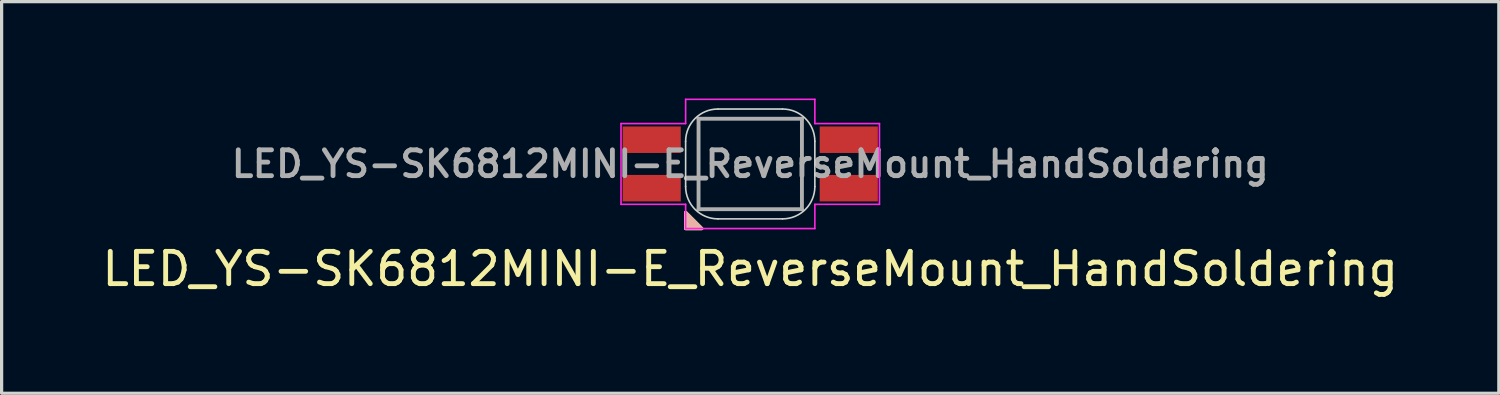
<source format=kicad_pcb>
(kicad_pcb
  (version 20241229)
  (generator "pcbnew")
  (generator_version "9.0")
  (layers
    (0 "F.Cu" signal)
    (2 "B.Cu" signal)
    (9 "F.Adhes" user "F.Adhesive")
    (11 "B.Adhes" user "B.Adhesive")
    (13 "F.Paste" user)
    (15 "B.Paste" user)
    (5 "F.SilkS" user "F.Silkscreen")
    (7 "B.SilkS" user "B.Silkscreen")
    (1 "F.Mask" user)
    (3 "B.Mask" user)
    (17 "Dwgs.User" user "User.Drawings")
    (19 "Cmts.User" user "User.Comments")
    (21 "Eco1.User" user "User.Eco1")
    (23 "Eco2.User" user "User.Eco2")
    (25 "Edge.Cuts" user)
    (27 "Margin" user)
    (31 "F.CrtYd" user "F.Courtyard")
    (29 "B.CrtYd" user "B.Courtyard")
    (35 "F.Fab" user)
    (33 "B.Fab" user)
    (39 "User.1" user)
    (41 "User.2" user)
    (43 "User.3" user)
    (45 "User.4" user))
  (footprint "LED_YS-SK6812MINI-E_ReverseMount_HandSoldering"
    (layer "F.Cu")
    (at 20.173 2.025)
    (property "Reference" "LED_YS-SK6812MINI-E_ReverseMount_HandSoldering" (at 0 3.25 0) (layer "F.SilkS") (effects (font (size 1 1) (thickness 0.15))))
    (attr through_hole)
    (fp_poly (pts (xy -1.5 2) (xy -2 2) (xy -2 1.5)) (stroke (width 0.1) (type solid)) (fill yes) (layer "F.SilkS"))
    (fp_poly (pts (xy -1.5 2) (xy -2 2) (xy -2 1.5)) (stroke (width 0.1) (type solid)) (fill yes) (layer "B.SilkS"))
    (fp_line (start -2 0.7) (end -2 -0.7) (stroke (width 0.05) (type solid)) (layer "Edge.Cuts"))
    (fp_line (start -1 -1.7) (end 1 -1.7) (stroke (width 0.05) (type solid)) (layer "Edge.Cuts"))
    (fp_line (start -1 1.7) (end 1 1.7) (stroke (width 0.05) (type solid)) (layer "Edge.Cuts"))
    (fp_line (start 2 0.7) (end 2 -0.7) (stroke (width 0.05) (type solid)) (layer "Edge.Cuts"))
    (fp_arc (start -2 -0.7) (mid -1.707107 -1.407107) (end -1 -1.7) (stroke (width 0.05) (type solid)) (layer "Edge.Cuts"))
    (fp_arc (start -1 1.7) (mid -1.707107 1.407107) (end -2 0.7) (stroke (width 0.05) (type solid)) (layer "Edge.Cuts"))
    (fp_arc (start 1 -1.7) (mid 1.707107 -1.407107) (end 2 -0.7) (stroke (width 0.05) (type solid)) (layer "Edge.Cuts"))
    (fp_arc (start 2 0.7) (mid 1.707107 1.407107) (end 1 1.7) (stroke (width 0.05) (type solid)) (layer "Edge.Cuts"))
    (fp_line (start -4 -1.25) (end -4 1.25) (stroke (width 0.05) (type solid)) (layer "F.CrtYd"))
    (fp_line (start -4 1.25) (end -2 1.25) (stroke (width 0.05) (type solid)) (layer "F.CrtYd"))
    (fp_line (start -2 -2) (end -2 -1.25) (stroke (width 0.05) (type solid)) (layer "F.CrtYd"))
    (fp_line (start -2 -1.25) (end -4 -1.25) (stroke (width 0.05) (type solid)) (layer "F.CrtYd"))
    (fp_line (start -2 1.25) (end -2 2) (stroke (width 0.05) (type solid)) (layer "F.CrtYd"))
    (fp_line (start -2 2) (end 2 2) (stroke (width 0.05) (type solid)) (layer "F.CrtYd"))
    (fp_line (start 2 -2) (end -2 -2) (stroke (width 0.05) (type solid)) (layer "F.CrtYd"))
    (fp_line (start 2 -1.25) (end 2 -2) (stroke (width 0.05) (type solid)) (layer "F.CrtYd"))
    (fp_line (start 2 1.25) (end 4 1.25) (stroke (width 0.05) (type solid)) (layer "F.CrtYd"))
    (fp_line (start 2 2) (end 2 1.25) (stroke (width 0.05) (type solid)) (layer "F.CrtYd"))
    (fp_line (start 4 -1.25) (end 2 -1.25) (stroke (width 0.05) (type solid)) (layer "F.CrtYd"))
    (fp_line (start 4 1.25) (end 4 -1.25) (stroke (width 0.05) (type solid)) (layer "F.CrtYd"))
    (fp_line (start -1.6 -1.4) (end -1.6 1.4) (stroke (width 0.12) (type solid)) (layer "F.Fab"))
    (fp_line (start 1.6 -1.4) (end -1.6 -1.4) (stroke (width 0.12) (type solid)) (layer "F.Fab"))
    (fp_line (start 1.6 1.4) (end -1.6 1.4) (stroke (width 0.12) (type solid)) (layer "F.Fab"))
    (fp_line (start 1.6 1.4) (end 1.6 -1.4) (stroke (width 0.12) (type solid)) (layer "F.Fab"))
    (fp_text user "${REFERENCE}" (at 0 0 180) (layer "F.Fab") (effects (font (size 0.8 0.8) (thickness 0.15))))
    (pad "1" smd rect (at 3.05 -0.75) (size 1.8 0.82) (layers "F.Cu" "F.Mask" "F.Paste"))
    (pad "2" smd rect (at 3.05 0.75) (size 1.8 0.82) (layers "F.Cu" "F.Mask" "F.Paste"))
    (pad "3" smd rect (at -3.05 0.75) (size 1.8 0.82) (layers "F.Cu" "F.Mask" "F.Paste"))
    (pad "4" smd rect (at -3.05 -0.75) (size 1.8 0.82) (layers "F.Cu" "F.Mask" "F.Paste")))
  (gr_rect
    (start -3 -3)
    (end 43.345 9.123)
    (stroke (width 0.1) (type default))
    (fill no)
    (layer "Edge.Cuts")))
</source>
